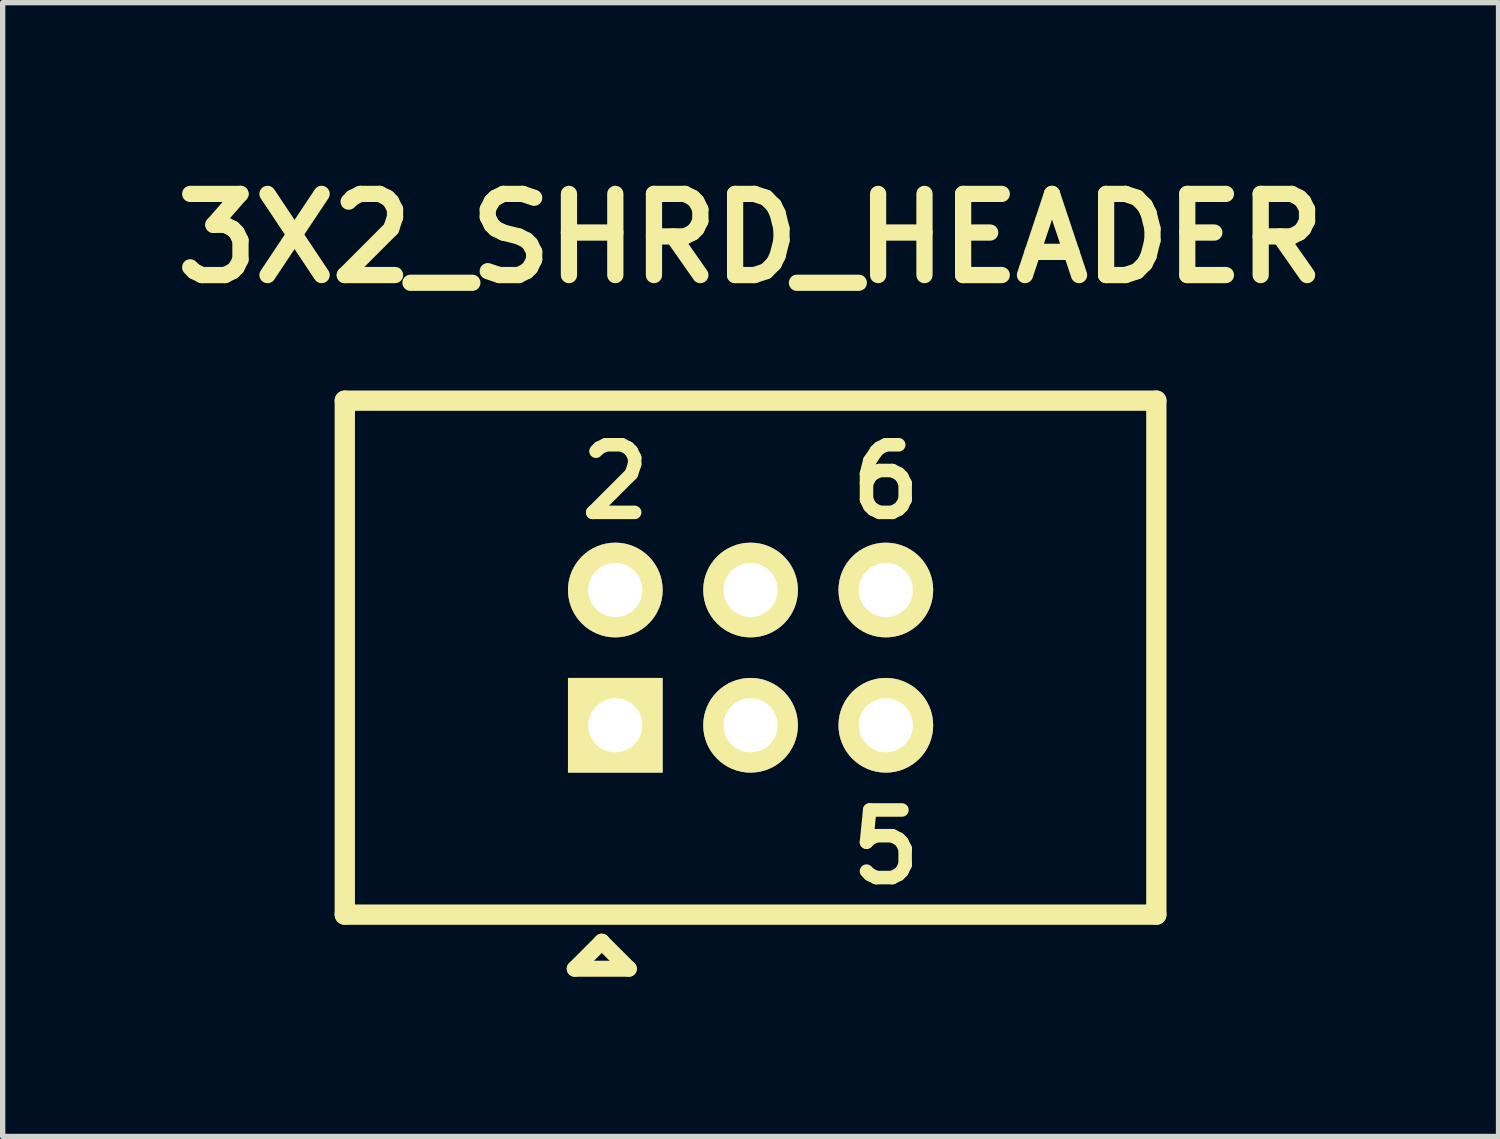
<source format=kicad_pcb>
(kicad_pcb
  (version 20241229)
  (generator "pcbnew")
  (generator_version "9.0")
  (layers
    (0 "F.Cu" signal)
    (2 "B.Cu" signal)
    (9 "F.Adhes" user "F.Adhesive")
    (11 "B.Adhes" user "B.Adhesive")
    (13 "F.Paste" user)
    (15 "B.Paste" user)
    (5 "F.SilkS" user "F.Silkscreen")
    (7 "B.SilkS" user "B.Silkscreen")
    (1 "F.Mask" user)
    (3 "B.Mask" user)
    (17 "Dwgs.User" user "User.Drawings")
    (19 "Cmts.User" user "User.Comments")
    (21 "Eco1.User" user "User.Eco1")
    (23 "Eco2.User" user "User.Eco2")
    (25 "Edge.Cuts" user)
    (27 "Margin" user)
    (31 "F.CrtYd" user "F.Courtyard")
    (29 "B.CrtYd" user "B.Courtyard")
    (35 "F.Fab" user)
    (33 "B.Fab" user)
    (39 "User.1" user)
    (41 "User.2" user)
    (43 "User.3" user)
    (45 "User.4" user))
  (footprint "3X2_SHRD_HEADER"
    (layer "F.Cu")
    (at 11.045 9.3)
    (property "Reference" "3X2_SHRD_HEADER" (at 0 -7.874 0) (layer "F.SilkS") (effects (font (size 1.524 1.524) (thickness 0.305))))
    (attr through_hole)
    (fp_line (start -7.62 -4.826) (end 7.62 -4.826) (stroke (width 0.381) (type solid)) (layer "F.SilkS"))
    (fp_line (start -7.62 4.826) (end -7.62 -4.826) (stroke (width 0.381) (type solid)) (layer "F.SilkS"))
    (fp_line (start -7.62 4.826) (end 7.62 4.826) (stroke (width 0.381) (type solid)) (layer "F.SilkS"))
    (fp_line (start -3.302 5.842) (end -2.286 5.842) (stroke (width 0.3) (type solid)) (layer "F.SilkS"))
    (fp_line (start -2.794 5.334) (end -3.302 5.842) (stroke (width 0.3) (type solid)) (layer "F.SilkS"))
    (fp_line (start -2.286 5.842) (end -2.794 5.334) (stroke (width 0.3) (type solid)) (layer "F.SilkS"))
    (fp_line (start 7.62 -4.826) (end 7.62 4.826) (stroke (width 0.381) (type solid)) (layer "F.SilkS"))
    (fp_text user "6" (at 2.54 -3.302 0) (layer "F.SilkS") (effects (font (size 1.27 1.27) (thickness 0.254))))
    (fp_text user "2" (at -2.54 -3.302 0) (layer "F.SilkS") (effects (font (size 1.27 1.27) (thickness 0.254))))
    (fp_text user "5" (at 2.54 3.556 0) (layer "F.SilkS") (effects (font (size 1.27 1.27) (thickness 0.254))))
    (pad "1" thru_hole rect (at -2.54 1.27) (size 1.778 1.778) (drill 1.016) (layers "*.Cu" "*.Mask" "F.SilkS"))
    (pad "2" thru_hole circle (at -2.54 -1.27) (size 1.778 1.778) (drill 1.016) (layers "*.Cu" "*.Mask" "F.SilkS"))
    (pad "3" thru_hole circle (at 0 1.27) (size 1.778 1.778) (drill 1.016) (layers "*.Cu" "*.Mask" "F.SilkS"))
    (pad "4" thru_hole circle (at 0 -1.27) (size 1.778 1.778) (drill 1.016) (layers "*.Cu" "*.Mask" "F.SilkS"))
    (pad "5" thru_hole circle (at 2.54 1.27) (size 1.778 1.778) (drill 1.016) (layers "*.Cu" "*.Mask" "F.SilkS"))
    (pad "6" thru_hole circle (at 2.54 -1.27) (size 1.778 1.778) (drill 1.016) (layers "*.Cu" "*.Mask" "F.SilkS")))
  (gr_rect
    (start -3 -3)
    (end 25.091 18.292)
    (stroke (width 0.1) (type default))
    (fill no)
    (layer "Edge.Cuts")))
</source>
